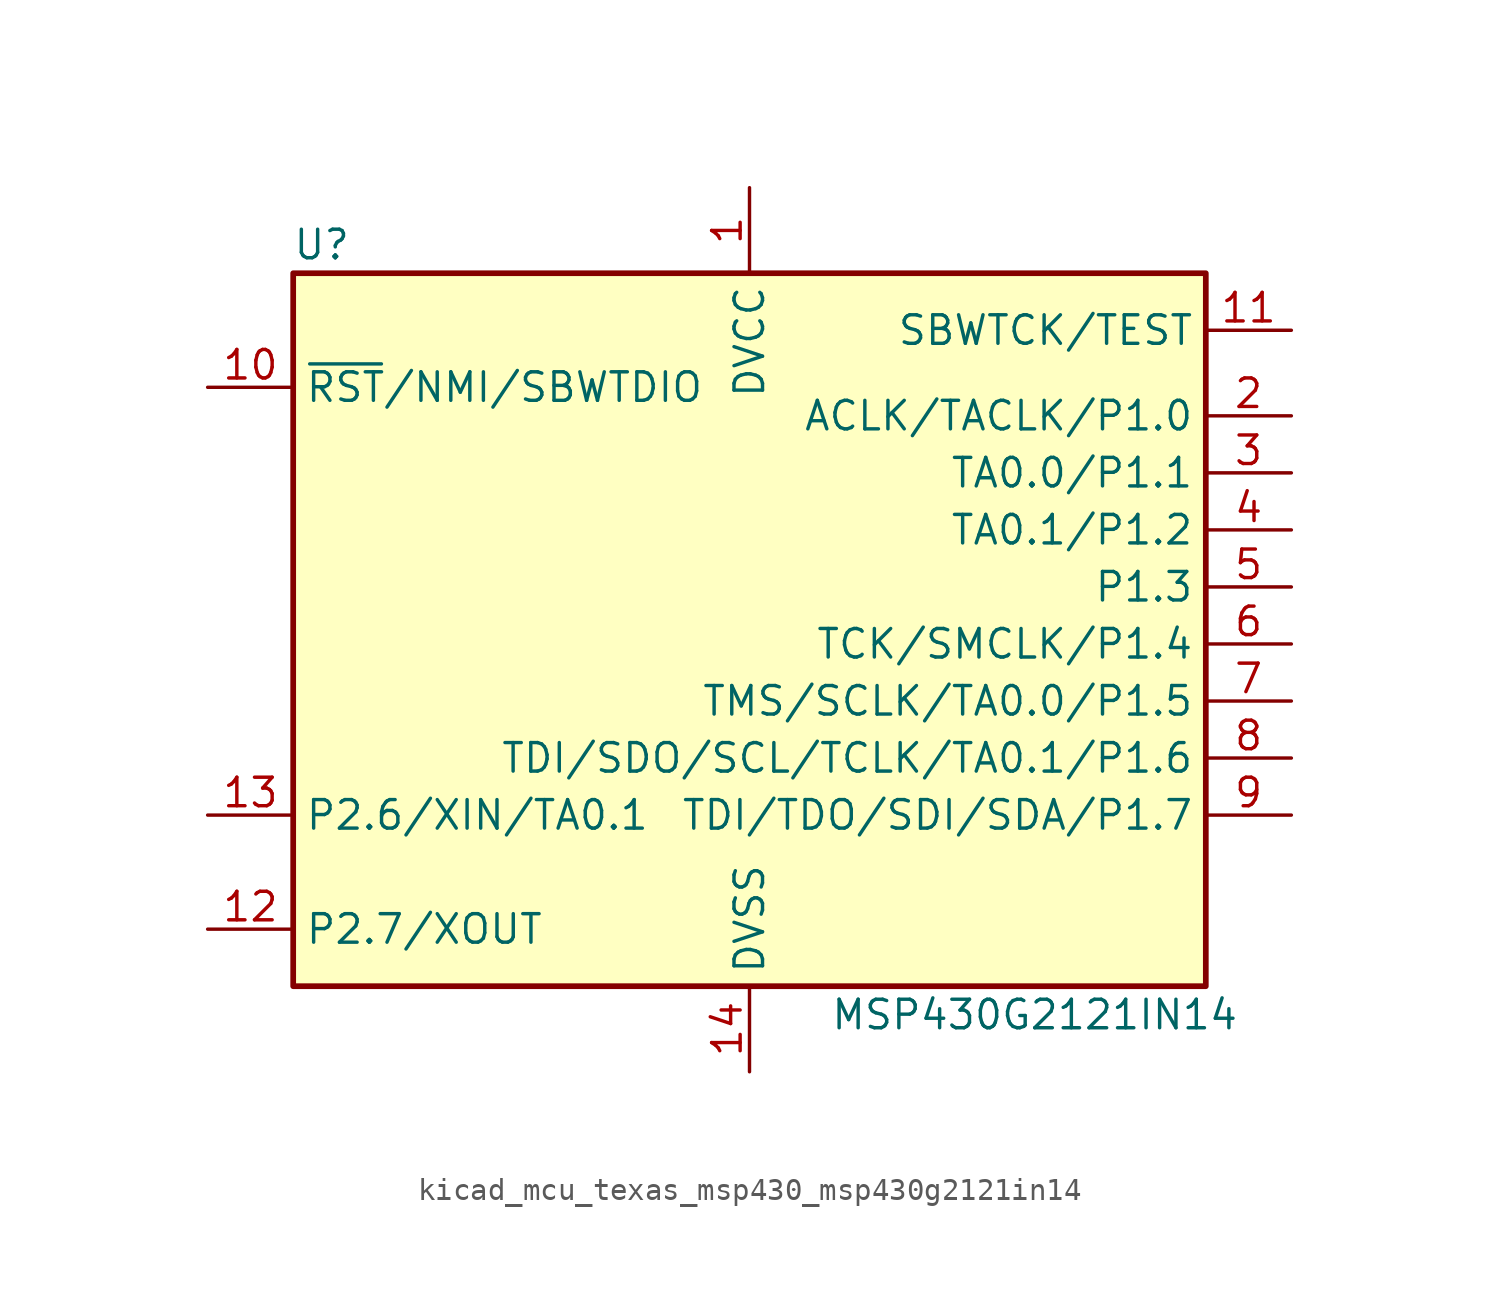
<source format=kicad_sym>
(kicad_symbol_lib
  (version 20220914)
  (generator kicad_symbol_editor)
  (symbol "kicad_mcu_texas_msp430_msp430g2121in14"
    (property "Reference" "U"
      (at -19.05 17.78 0)
      (effects (font (size 1.27 1.27))))
    (property "Value" "MSP430G2121IN14"
      (at 12.7 -16.51 0)
      (effects (font (size 1.27 1.27))))
    (symbol "kicad_mcu_texas_msp430_msp430g2121in14_0_1"
      (rectangle (start -20.32 16.51) (end 20.32 -15.24) (stroke (width 0.254) (type default)) (fill (type background))))
    (symbol "kicad_mcu_texas_msp430_msp430g2121in14_1_1"
      (pin power_in line (at 0 20.32 270) (length 3.81) (name "DVCC" (effects (font (size 1.27 1.27)))) (number "1" (effects (font (size 1.27 1.27)))))
      (pin input line (at -24.13 11.43 0) (length 3.81) (name "~{RST}/NMI/SBWTDIO" (effects (font (size 1.27 1.27)))) (number "10" (effects (font (size 1.27 1.27)))))
      (pin input line (at 24.13 13.97 180) (length 3.81) (name "SBWTCK/TEST" (effects (font (size 1.27 1.27)))) (number "11" (effects (font (size 1.27 1.27)))))
      (pin bidirectional line (at -24.13 -12.7 0) (length 3.81) (name "P2.7/XOUT" (effects (font (size 1.27 1.27)))) (number "12" (effects (font (size 1.27 1.27)))))
      (pin bidirectional line (at -24.13 -7.62 0) (length 3.81) (name "P2.6/XIN/TA0.1" (effects (font (size 1.27 1.27)))) (number "13" (effects (font (size 1.27 1.27)))))
      (pin power_in line (at 0 -19.05 90) (length 3.81) (name "DVSS" (effects (font (size 1.27 1.27)))) (number "14" (effects (font (size 1.27 1.27)))))
      (pin bidirectional line (at 24.13 10.16 180) (length 3.81) (name "ACLK/TACLK/P1.0" (effects (font (size 1.27 1.27)))) (number "2" (effects (font (size 1.27 1.27)))))
      (pin bidirectional line (at 24.13 7.62 180) (length 3.81) (name "TA0.0/P1.1" (effects (font (size 1.27 1.27)))) (number "3" (effects (font (size 1.27 1.27)))))
      (pin bidirectional line (at 24.13 5.08 180) (length 3.81) (name "TA0.1/P1.2" (effects (font (size 1.27 1.27)))) (number "4" (effects (font (size 1.27 1.27)))))
      (pin bidirectional line (at 24.13 2.54 180) (length 3.81) (name "P1.3" (effects (font (size 1.27 1.27)))) (number "5" (effects (font (size 1.27 1.27)))))
      (pin bidirectional line (at 24.13 0 180) (length 3.81) (name "TCK/SMCLK/P1.4" (effects (font (size 1.27 1.27)))) (number "6" (effects (font (size 1.27 1.27)))))
      (pin bidirectional line (at 24.13 -2.54 180) (length 3.81) (name "TMS/SCLK/TA0.0/P1.5" (effects (font (size 1.27 1.27)))) (number "7" (effects (font (size 1.27 1.27)))))
      (pin bidirectional line (at 24.13 -5.08 180) (length 3.81) (name "TDI/SDO/SCL/TCLK/TA0.1/P1.6" (effects (font (size 1.27 1.27)))) (number "8" (effects (font (size 1.27 1.27)))))
      (pin bidirectional line (at 24.13 -7.62 180) (length 3.81) (name "TDI/TDO/SDI/SDA/P1.7" (effects (font (size 1.27 1.27)))) (number "9" (effects (font (size 1.27 1.27))))))))
</source>
